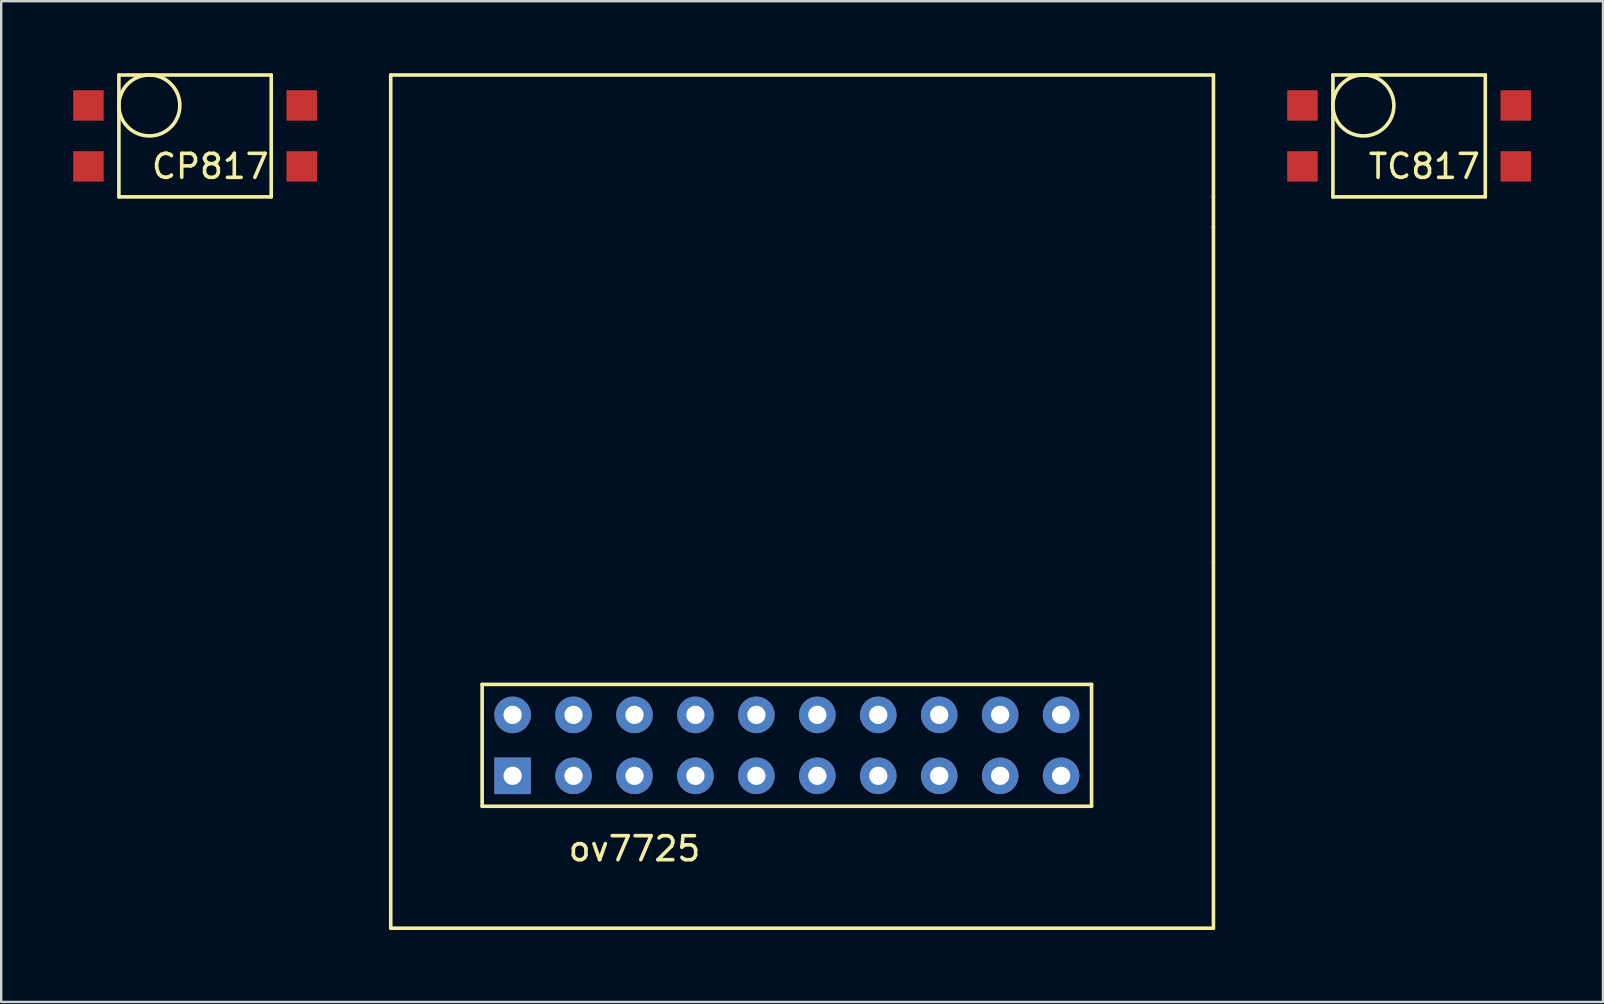
<source format=kicad_pcb>
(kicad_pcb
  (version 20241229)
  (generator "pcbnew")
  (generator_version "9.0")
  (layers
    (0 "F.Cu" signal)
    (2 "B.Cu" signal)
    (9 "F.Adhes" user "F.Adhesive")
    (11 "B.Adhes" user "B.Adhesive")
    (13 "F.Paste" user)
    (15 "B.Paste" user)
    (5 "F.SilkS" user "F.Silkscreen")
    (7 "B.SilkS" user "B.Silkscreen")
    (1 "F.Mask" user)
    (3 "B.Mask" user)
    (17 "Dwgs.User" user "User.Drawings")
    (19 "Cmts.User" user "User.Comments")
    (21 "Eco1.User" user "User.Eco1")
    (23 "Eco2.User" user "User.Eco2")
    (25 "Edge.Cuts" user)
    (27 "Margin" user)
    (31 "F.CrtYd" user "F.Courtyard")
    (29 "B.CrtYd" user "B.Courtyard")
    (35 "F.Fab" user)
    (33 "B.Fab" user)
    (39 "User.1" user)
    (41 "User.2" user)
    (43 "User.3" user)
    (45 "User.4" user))
  (footprint "TC817"
    (layer "F.Cu")
    (at 56.315 7.695)
    (property "Reference" "TC817" (at 0 -3.81 0) (layer "F.SilkS") (effects (font (size 1 1) (thickness 0.15))))
    (attr through_hole)
    (fp_line (start -3.81 -7.62) (end -3.81 -2.54) (stroke (width 0.15) (type solid)) (layer "F.SilkS"))
    (fp_line (start -3.81 -2.54) (end 2.54 -2.54) (stroke (width 0.15) (type solid)) (layer "F.SilkS"))
    (fp_line (start 2.54 -7.62) (end -3.81 -7.62) (stroke (width 0.15) (type solid)) (layer "F.SilkS"))
    (fp_line (start 2.54 -2.54) (end 2.54 -7.62) (stroke (width 0.15) (type solid)) (layer "F.SilkS"))
    (fp_circle (center -2.54 -6.35) (end -1.27 -6.35) (stroke (width 0.15) (type solid)) (fill no) (layer "F.SilkS"))
    (pad "1" smd rect (at -5.08 -6.35) (size 1.27 1.27) (layers "F.Cu" "F.Mask" "F.Paste"))
    (pad "2" smd trapezoid (at -5.08 -3.81) (size 1.27 1.27) (layers "F.Cu" "F.Mask" "F.Paste"))
    (pad "3" smd trapezoid (at 3.81 -3.81) (size 1.27 1.27) (layers "F.Cu" "F.Mask" "F.Paste"))
    (pad "4" smd trapezoid (at 3.81 -6.35) (size 1.27 1.27) (layers "F.Cu" "F.Mask" "F.Paste")))
  (footprint "CP817"
    (layer "F.Cu")
    (at 5.715 7.695)
    (property "Reference" "CP817" (at 0 -3.81 0) (layer "F.SilkS") (effects (font (size 1 1) (thickness 0.15))))
    (attr through_hole)
    (fp_line (start -3.81 -7.62) (end -3.81 -2.54) (stroke (width 0.15) (type solid)) (layer "F.SilkS"))
    (fp_line (start -3.81 -2.54) (end 2.54 -2.54) (stroke (width 0.15) (type solid)) (layer "F.SilkS"))
    (fp_line (start 2.54 -7.62) (end -3.81 -7.62) (stroke (width 0.15) (type solid)) (layer "F.SilkS"))
    (fp_line (start 2.54 -2.54) (end 2.54 -7.62) (stroke (width 0.15) (type solid)) (layer "F.SilkS"))
    (fp_circle (center -2.54 -6.35) (end -1.27 -6.35) (stroke (width 0.15) (type solid)) (fill no) (layer "F.SilkS"))
    (pad "1" smd rect (at -5.08 -6.35) (size 1.27 1.27) (layers "F.Cu" "F.Mask" "F.Paste"))
    (pad "2" smd trapezoid (at -5.08 -3.81) (size 1.27 1.27) (layers "F.Cu" "F.Mask" "F.Paste"))
    (pad "3" smd trapezoid (at 3.81 -3.81) (size 1.27 1.27) (layers "F.Cu" "F.Mask" "F.Paste"))
    (pad "4" smd trapezoid (at 3.81 -6.35) (size 1.27 1.27) (layers "F.Cu" "F.Mask" "F.Paste")))
  (footprint "ov7725"
    (layer "F.Cu")
    (at 25.935 33.095)
    (property "Reference" "ov7725" (at -2.54 -0.77 0) (layer "F.SilkS") (effects (font (size 1 1) (thickness 0.15))))
    (attr through_hole)
    (fp_line (start -12.7 -33.02) (end -12.7 2.54) (stroke (width 0.15) (type solid)) (layer "F.SilkS"))
    (fp_line (start -12.7 2.54) (end 21.59 2.54) (stroke (width 0.15) (type solid)) (layer "F.SilkS"))
    (fp_line (start -8.89 -7.62) (end 16.51 -7.62) (stroke (width 0.15) (type solid)) (layer "F.SilkS"))
    (fp_line (start -8.89 -2.54) (end -8.89 -7.62) (stroke (width 0.15) (type solid)) (layer "F.SilkS"))
    (fp_line (start 16.51 -7.62) (end 16.51 -2.54) (stroke (width 0.15) (type solid)) (layer "F.SilkS"))
    (fp_line (start 16.51 -2.54) (end -8.89 -2.54) (stroke (width 0.15) (type solid)) (layer "F.SilkS"))
    (fp_line (start 21.59 -33.02) (end -12.7 -33.02) (stroke (width 0.15) (type solid)) (layer "F.SilkS"))
    (fp_line (start 21.59 -27.94) (end 21.59 -33.02) (stroke (width 0.15) (type solid)) (layer "F.SilkS"))
    (fp_line (start 21.59 -26.67) (end 21.59 -27.94) (stroke (width 0.15) (type solid)) (layer "F.SilkS"))
    (fp_line (start 21.59 -12.7) (end 21.59 -26.67) (stroke (width 0.15) (type solid)) (layer "F.SilkS"))
    (fp_line (start 21.59 2.54) (end 21.59 -12.7) (stroke (width 0.15) (type solid)) (layer "F.SilkS"))
    (pad "1" thru_hole trapezoid (at -7.62 -3.81) (size 1.524 1.524) (drill 0.762) (layers "*.Cu" "*.Mask"))
    (pad "2" thru_hole circle (at -5.08 -3.81) (size 1.524 1.524) (drill 0.762) (layers "*.Cu" "*.Mask"))
    (pad "3" thru_hole circle (at -2.54 -3.81) (size 1.524 1.524) (drill 0.762) (layers "*.Cu" "*.Mask"))
    (pad "4" thru_hole circle (at 0 -3.81) (size 1.524 1.524) (drill 0.762) (layers "*.Cu" "*.Mask"))
    (pad "5" thru_hole circle (at 2.54 -3.81) (size 1.524 1.524) (drill 0.762) (layers "*.Cu" "*.Mask"))
    (pad "6" thru_hole circle (at 5.08 -3.81) (size 1.524 1.524) (drill 0.762) (layers "*.Cu" "*.Mask"))
    (pad "7" thru_hole circle (at 7.62 -3.81) (size 1.524 1.524) (drill 0.762) (layers "*.Cu" "*.Mask"))
    (pad "8" thru_hole circle (at 10.16 -3.81) (size 1.524 1.524) (drill 0.762) (layers "*.Cu" "*.Mask"))
    (pad "9" thru_hole circle (at 12.7 -3.81) (size 1.524 1.524) (drill 0.762) (layers "*.Cu" "*.Mask"))
    (pad "10" thru_hole circle (at 15.24 -3.81) (size 1.524 1.524) (drill 0.762) (layers "*.Cu" "*.Mask"))
    (pad "11" thru_hole circle (at 15.24 -6.35) (size 1.524 1.524) (drill 0.762) (layers "*.Cu" "*.Mask"))
    (pad "12" thru_hole circle (at 12.7 -6.35) (size 1.524 1.524) (drill 0.762) (layers "*.Cu" "*.Mask"))
    (pad "13" thru_hole circle (at 10.16 -6.35) (size 1.524 1.524) (drill 0.762) (layers "*.Cu" "*.Mask"))
    (pad "14" thru_hole circle (at 7.62 -6.35) (size 1.524 1.524) (drill 0.762) (layers "*.Cu" "*.Mask"))
    (pad "15" thru_hole circle (at 5.08 -6.35) (size 1.524 1.524) (drill 0.762) (layers "*.Cu" "*.Mask"))
    (pad "16" thru_hole circle (at 2.54 -6.35) (size 1.524 1.524) (drill 0.762) (layers "*.Cu" "*.Mask"))
    (pad "17" thru_hole circle (at 0 -6.35) (size 1.524 1.524) (drill 0.762) (layers "*.Cu" "*.Mask"))
    (pad "18" thru_hole circle (at -2.54 -6.35) (size 1.524 1.524) (drill 0.762) (layers "*.Cu" "*.Mask"))
    (pad "19" thru_hole circle (at -5.08 -6.35) (size 1.524 1.524) (drill 0.762) (layers "*.Cu" "*.Mask"))
    (pad "20" thru_hole circle (at -7.62 -6.35) (size 1.524 1.524) (drill 0.762) (layers "*.Cu" "*.Mask")))
  (gr_rect
    (start -3 -3)
    (end 63.76 38.71)
    (stroke (width 0.1) (type default))
    (fill no)
    (layer "Edge.Cuts")))
</source>
